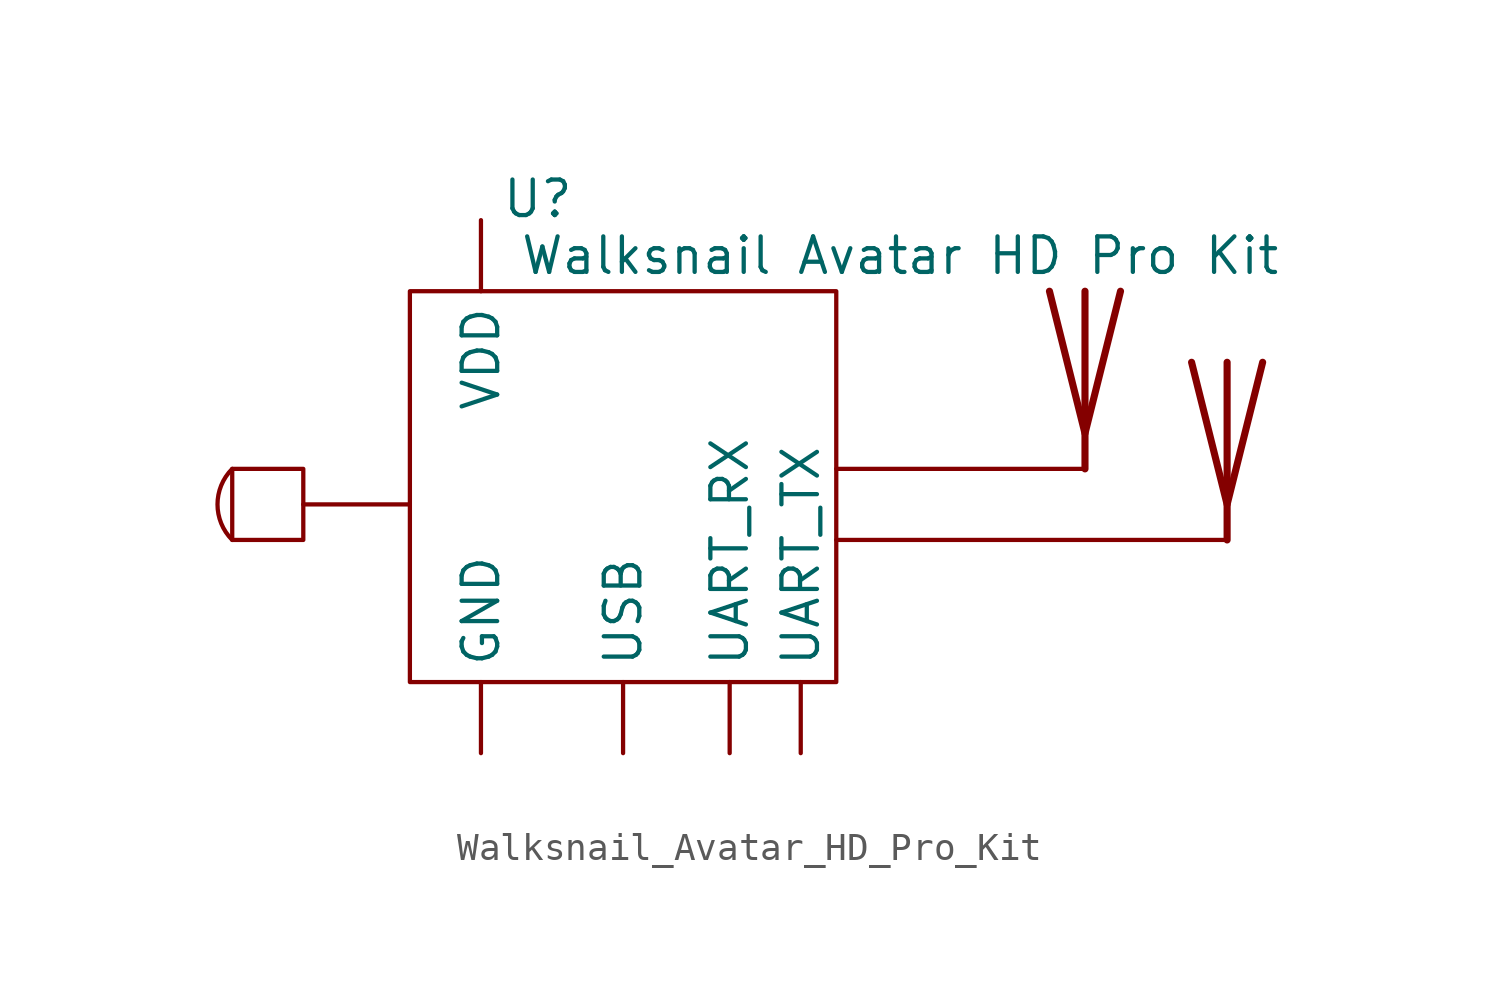
<source format=kicad_sym>
(kicad_symbol_lib
  (version 20231120)
  (generator "kicad_symbol_editor")
  (generator_version "8.0")
  (symbol "Walksnail_Avatar_HD_Pro_Kit"
    (property "Reference" "U"
      (at -0.508 2.032 0)
      (effects (font (size 1.27 1.27))))
    (property "Value" "Walksnail Avatar HD Pro Kit"
      (at 12.446 0 0)
      (effects (font (size 1.27 1.27))))
    (symbol "Walksnail_Avatar_HD_Pro_Kit_0_1"
      (arc (start -11.43 -7.62) (mid -11.9561 -8.89) (end -11.43 -10.16) (stroke (width 0) (type default)) (fill (type none)))
      (rectangle (start -11.43 -7.62) (end -8.89 -10.16) (stroke (width 0) (type default)) (fill (type none)))
      (rectangle (start -5.08 -1.27) (end 10.16 -15.24) (stroke (width 0) (type default)) (fill (type none)))
      (polyline (pts (xy -8.89 -8.89) (xy -5.08 -8.89)) (stroke (width 0) (type default)) (fill (type none)))
      (polyline (pts (xy 19.05 -7.62) (xy 10.16 -7.62)) (stroke (width 0) (type default)) (fill (type none)))
      (polyline (pts (xy 19.05 -1.27) (xy 19.05 -7.62)) (stroke (width 0.254) (type default)) (fill (type none)))
      (polyline (pts (xy 24.13 -10.16) (xy 10.16 -10.16)) (stroke (width 0) (type default)) (fill (type none)))
      (polyline (pts (xy 24.13 -3.81) (xy 24.13 -10.16)) (stroke (width 0.254) (type default)) (fill (type none)))
      (polyline (pts (xy 20.32 -1.27) (xy 19.05 -6.35) (xy 17.78 -1.27)) (stroke (width 0.254) (type default)) (fill (type none)))
      (polyline (pts (xy 25.4 -3.81) (xy 24.13 -8.89) (xy 22.86 -3.81)) (stroke (width 0.254) (type default)) (fill (type none))))
    (symbol "Walksnail_Avatar_HD_Pro_Kit_1_1"
      (pin passive line (at -2.54 -17.78 90) (length 2.54) (name "GND" (effects (font (size 1.27 1.27)))) (number "" (effects (font (size 1.27 1.27)))))
      (pin input line (at 6.35 -17.78 90) (length 2.54) (name "UART_RX" (effects (font (size 1.27 1.27)))) (number "" (effects (font (size 1.27 1.27)))))
      (pin output line (at 8.89 -17.78 90) (length 2.54) (name "UART_TX" (effects (font (size 1.27 1.27)))) (number "" (effects (font (size 1.27 1.27)))))
      (pin bidirectional line (at 2.54 -17.78 90) (length 2.54) (name "USB" (effects (font (size 1.27 1.27)))) (number "" (effects (font (size 1.27 1.27)))))
      (pin power_in line (at -2.54 1.27 270) (length 2.54) (name "VDD" (effects (font (size 1.27 1.27)))) (number "" (effects (font (size 1.27 1.27))))))))
</source>
